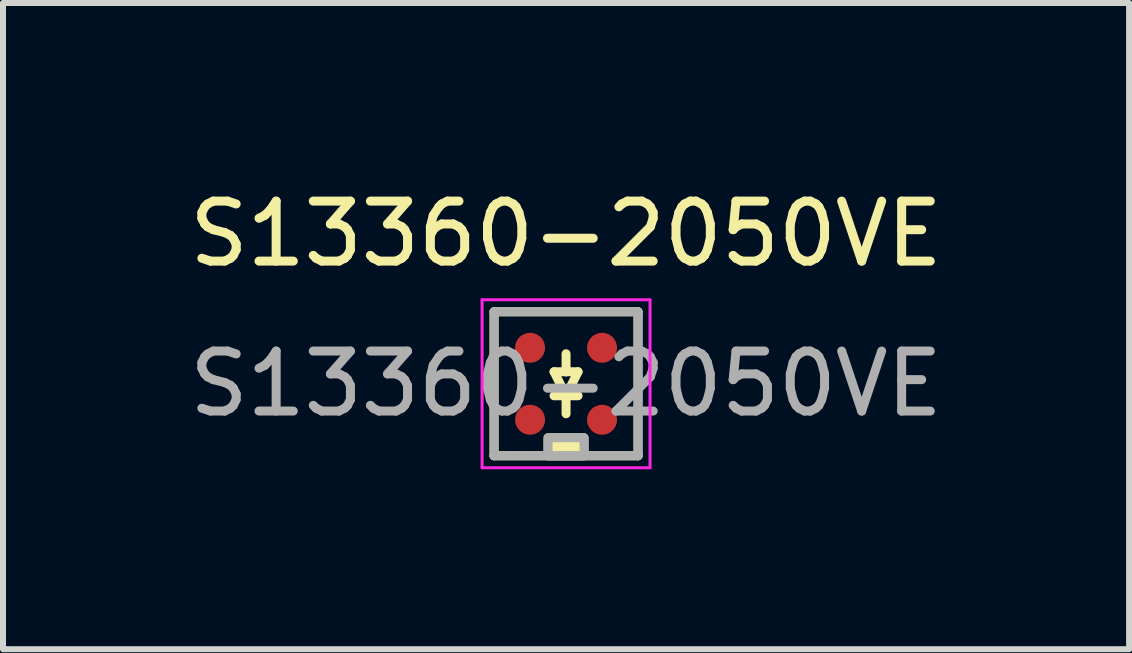
<source format=kicad_pcb>
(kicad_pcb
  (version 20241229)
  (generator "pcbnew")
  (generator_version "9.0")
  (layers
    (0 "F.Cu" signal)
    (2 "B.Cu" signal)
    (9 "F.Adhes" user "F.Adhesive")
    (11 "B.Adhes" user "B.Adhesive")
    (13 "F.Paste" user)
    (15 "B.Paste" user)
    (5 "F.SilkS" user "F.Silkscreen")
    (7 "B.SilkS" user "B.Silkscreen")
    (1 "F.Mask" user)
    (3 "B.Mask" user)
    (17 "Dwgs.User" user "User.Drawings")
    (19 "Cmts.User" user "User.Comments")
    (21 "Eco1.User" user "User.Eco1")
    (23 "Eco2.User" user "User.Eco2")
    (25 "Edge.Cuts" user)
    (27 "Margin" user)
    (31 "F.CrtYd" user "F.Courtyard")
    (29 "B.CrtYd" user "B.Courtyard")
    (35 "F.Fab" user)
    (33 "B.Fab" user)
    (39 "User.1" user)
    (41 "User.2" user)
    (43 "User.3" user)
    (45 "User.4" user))
  (footprint "S13360-2050VE"
    (layer "F.Cu")
    (at 6.387 3.348)
    (property "Reference" "S13360-2050VE" (at 0 -2.5 0) (layer "F.SilkS") (effects (font (size 1 1) (thickness 0.15))))
    (attr through_hole)
    (fp_line (start -1.2 -1.2) (end -1.2 1.2) (stroke (width 0.15) (type solid)) (layer "F.SilkS"))
    (fp_line (start -1.2 1.2) (end 1.2 1.2) (stroke (width 0.15) (type solid)) (layer "F.SilkS"))
    (fp_line (start -0.2 -0.2) (end 0 0.2) (stroke (width 0.15) (type solid)) (layer "F.SilkS"))
    (fp_line (start -0.2 0.2) (end 0.2 0.2) (stroke (width 0.15) (type solid)) (layer "F.SilkS"))
    (fp_line (start 0 -0.2) (end -0.2 -0.2) (stroke (width 0.15) (type solid)) (layer "F.SilkS"))
    (fp_line (start 0 -0.2) (end 0 -0.5) (stroke (width 0.15) (type solid)) (layer "F.SilkS"))
    (fp_line (start 0 0.2) (end 0 0.5) (stroke (width 0.15) (type solid)) (layer "F.SilkS"))
    (fp_line (start 0 0.2) (end 0.2 -0.2) (stroke (width 0.15) (type solid)) (layer "F.SilkS"))
    (fp_line (start 0.2 -0.2) (end 0 -0.2) (stroke (width 0.15) (type solid)) (layer "F.SilkS"))
    (fp_line (start 1.2 -1.2) (end -1.2 -1.2) (stroke (width 0.15) (type solid)) (layer "F.SilkS"))
    (fp_line (start 1.2 1.2) (end 1.2 -1.2) (stroke (width 0.15) (type solid)) (layer "F.SilkS"))
    (fp_poly (pts (xy 0.3 1.2) (xy 0.3 0.9) (xy -0.3 0.9) (xy -0.3 1.2)) (stroke (width 0.15) (type solid)) (fill yes) (layer "F.SilkS"))
    (fp_line (start -1.4 -1.4) (end -1.4 1.4) (stroke (width 0.05) (type solid)) (layer "F.CrtYd"))
    (fp_line (start -1.4 1.4) (end 1.4 1.4) (stroke (width 0.05) (type solid)) (layer "F.CrtYd"))
    (fp_line (start 1.4 -1.4) (end -1.4 -1.4) (stroke (width 0.05) (type solid)) (layer "F.CrtYd"))
    (fp_line (start 1.4 1.4) (end 1.4 -1.4) (stroke (width 0.05) (type solid)) (layer "F.CrtYd"))
    (fp_line (start -1.2 -1.2) (end -1.2 1.2) (stroke (width 0.15) (type solid)) (layer "F.Fab"))
    (fp_line (start -1.2 1.2) (end 1.2 1.2) (stroke (width 0.15) (type solid)) (layer "F.Fab"))
    (fp_line (start 1.2 -1.2) (end -1.2 -1.2) (stroke (width 0.15) (type solid)) (layer "F.Fab"))
    (fp_line (start 1.2 1.2) (end 1.2 -1.2) (stroke (width 0.15) (type solid)) (layer "F.Fab"))
    (fp_poly (pts (xy -0.3 1.2) (xy -0.3 0.9) (xy 0.3 0.9) (xy 0.3 1.2)) (stroke (width 0.15) (type solid)) (fill no) (layer "F.Fab"))
    (fp_text user "${REFERENCE}" (at 0 0 0) (layer "F.Fab") (effects (font (size 1 1) (thickness 0.15))))
    (pad "1" smd circle (at -0.6 -0.6) (size 0.5 0.5) (layers "F.Cu" "F.Mask" "F.Paste"))
    (pad "1" smd circle (at 0.6 -0.6) (size 0.5 0.5) (layers "F.Cu" "F.Mask" "F.Paste"))
    (pad "2" smd circle (at -0.6 0.6) (size 0.5 0.5) (layers "F.Cu" "F.Mask" "F.Paste"))
    (pad "2" smd circle (at 0.6 0.6) (size 0.5 0.5) (layers "F.Cu" "F.Mask" "F.Paste")))
  (gr_rect
    (start -3 -3)
    (end 15.774 7.773)
    (stroke (width 0.1) (type default))
    (fill no)
    (layer "Edge.Cuts")))
</source>
